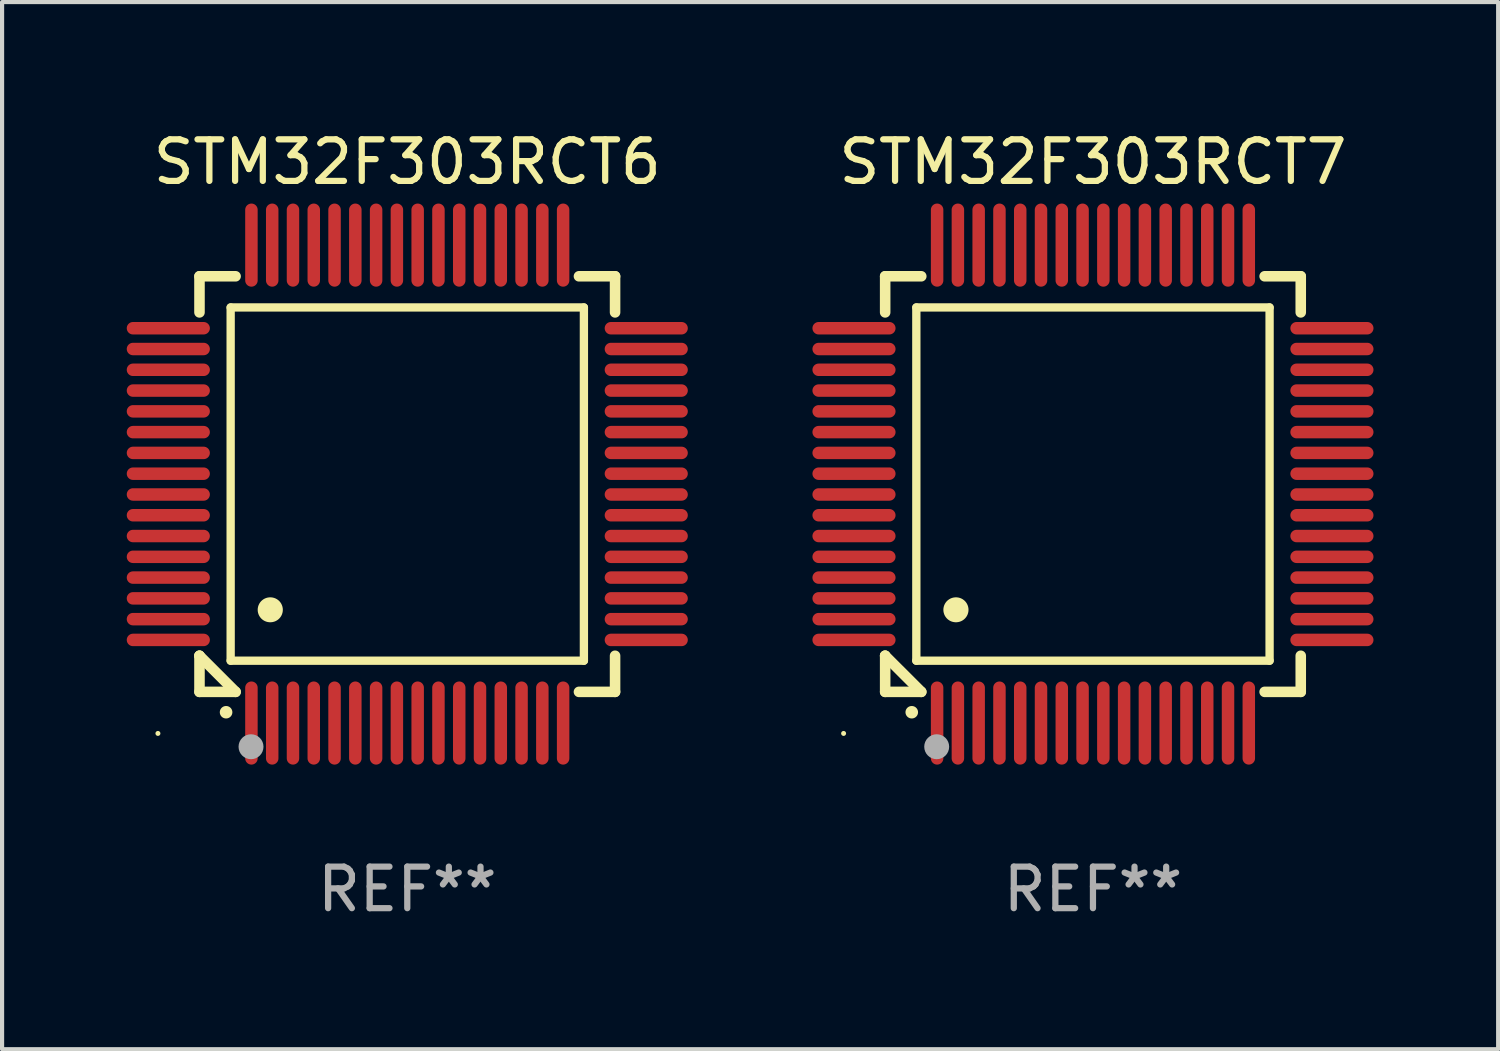
<source format=kicad_pcb>
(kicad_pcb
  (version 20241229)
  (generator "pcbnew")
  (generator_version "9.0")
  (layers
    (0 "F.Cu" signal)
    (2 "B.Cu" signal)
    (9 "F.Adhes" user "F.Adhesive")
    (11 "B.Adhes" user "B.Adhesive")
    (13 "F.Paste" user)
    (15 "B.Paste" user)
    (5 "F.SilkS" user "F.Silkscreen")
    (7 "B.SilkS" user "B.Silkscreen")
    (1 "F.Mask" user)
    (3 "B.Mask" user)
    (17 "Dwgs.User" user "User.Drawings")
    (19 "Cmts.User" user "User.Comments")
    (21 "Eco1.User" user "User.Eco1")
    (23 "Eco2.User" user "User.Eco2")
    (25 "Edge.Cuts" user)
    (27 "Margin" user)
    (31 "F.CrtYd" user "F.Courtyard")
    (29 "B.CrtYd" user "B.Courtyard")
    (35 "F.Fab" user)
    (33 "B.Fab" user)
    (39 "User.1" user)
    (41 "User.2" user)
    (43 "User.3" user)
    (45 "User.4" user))
  (footprint "STM32F303RCT6"
    (layer "F.Cu")
    (at 6.75 8.598)
    (property "Reference" "STM32F303RCT6" (at 0 -7.75 0) (layer "F.SilkS") (effects (font (size 1 1) (thickness 0.15))))
    (attr through_hole)
    (fp_line (start -5 -5) (end -4.131 -5) (stroke (width 0.254) (type solid)) (layer "F.SilkS"))
    (fp_line (start -5 -4.131) (end -5 -5) (stroke (width 0.254) (type solid)) (layer "F.SilkS"))
    (fp_line (start -5 4.131) (end -5 4.131) (stroke (width 0.254) (type solid)) (layer "F.SilkS"))
    (fp_line (start -5 5) (end -5 4.131) (stroke (width 0.254) (type solid)) (layer "F.SilkS"))
    (fp_line (start -5 4.131) (end -4.131 5) (stroke (width 0.254) (type solid)) (layer "F.SilkS"))
    (fp_line (start -4.25 -4.25) (end -4.25 4.25) (stroke (width 0.2) (type solid)) (layer "F.SilkS"))
    (fp_line (start -4.25 4.25) (end 4.25 4.25) (stroke (width 0.2) (type solid)) (layer "F.SilkS"))
    (fp_line (start -4.131 5) (end -5 5) (stroke (width 0.254) (type solid)) (layer "F.SilkS"))
    (fp_line (start 4.25 -4.25) (end -4.25 -4.25) (stroke (width 0.2) (type solid)) (layer "F.SilkS"))
    (fp_line (start 4.25 4.25) (end 4.25 -4.25) (stroke (width 0.2) (type solid)) (layer "F.SilkS"))
    (fp_line (start 5 -5) (end 4.131 -5) (stroke (width 0.254) (type solid)) (layer "F.SilkS"))
    (fp_line (start 5 -5) (end 5 -4.131) (stroke (width 0.254) (type solid)) (layer "F.SilkS"))
    (fp_line (start 5 4.131) (end 5 5) (stroke (width 0.254) (type solid)) (layer "F.SilkS"))
    (fp_line (start 5 5) (end 4.131 5) (stroke (width 0.254) (type solid)) (layer "F.SilkS"))
    (fp_arc (start -4.361265 5.489992) (mid -4.359995 5.489987) (end -4.358725 5.489992) (stroke (width 0.3) (type solid)) (layer "F.SilkS"))
    (fp_arc (start -3.299467 3.025146) (mid -3.296927 3.025135) (end -3.294387 3.025146) (stroke (width 0.6) (type solid)) (layer "F.SilkS"))
    (fp_circle (center -6 6) (end -5.97 6) (stroke (width 0.06) (type solid)) (fill no) (layer "F.SilkS"))
    (fp_circle (center -3.76 6.32) (end -3.61 6.32) (stroke (width 0.3) (type solid)) (fill no) (layer "F.Fab"))
    (fp_text user "REF**" (at 0 9.75 0) (layer "F.Fab") (effects (font (size 1 1) (thickness 0.15))))
    (pad "1" smd oval (at -3.75 5.75) (size 0.3 2) (layers "F.Cu" "F.Mask" "F.Paste"))
    (pad "2" smd oval (at -3.25 5.75) (size 0.3 2) (layers "F.Cu" "F.Mask" "F.Paste"))
    (pad "3" smd oval (at -2.75 5.75) (size 0.3 2) (layers "F.Cu" "F.Mask" "F.Paste"))
    (pad "4" smd oval (at -2.25 5.75) (size 0.3 2) (layers "F.Cu" "F.Mask" "F.Paste"))
    (pad "5" smd oval (at -1.75 5.75) (size 0.3 2) (layers "F.Cu" "F.Mask" "F.Paste"))
    (pad "6" smd oval (at -1.25 5.75) (size 0.3 2) (layers "F.Cu" "F.Mask" "F.Paste"))
    (pad "7" smd oval (at -0.75 5.75) (size 0.3 2) (layers "F.Cu" "F.Mask" "F.Paste"))
    (pad "8" smd oval (at -0.25 5.75) (size 0.3 2) (layers "F.Cu" "F.Mask" "F.Paste"))
    (pad "9" smd oval (at 0.25 5.75) (size 0.3 2) (layers "F.Cu" "F.Mask" "F.Paste"))
    (pad "10" smd oval (at 0.75 5.75) (size 0.3 2) (layers "F.Cu" "F.Mask" "F.Paste"))
    (pad "11" smd oval (at 1.25 5.75) (size 0.3 2) (layers "F.Cu" "F.Mask" "F.Paste"))
    (pad "12" smd oval (at 1.75 5.75) (size 0.3 2) (layers "F.Cu" "F.Mask" "F.Paste"))
    (pad "13" smd oval (at 2.25 5.75) (size 0.3 2) (layers "F.Cu" "F.Mask" "F.Paste"))
    (pad "14" smd oval (at 2.75 5.75) (size 0.3 2) (layers "F.Cu" "F.Mask" "F.Paste"))
    (pad "15" smd oval (at 3.25 5.75) (size 0.3 2) (layers "F.Cu" "F.Mask" "F.Paste"))
    (pad "16" smd oval (at 3.75 5.75) (size 0.3 2) (layers "F.Cu" "F.Mask" "F.Paste"))
    (pad "17" smd oval (at 5.75 3.75) (size 2 0.3) (layers "F.Cu" "F.Mask" "F.Paste"))
    (pad "18" smd oval (at 5.75 3.25) (size 2 0.3) (layers "F.Cu" "F.Mask" "F.Paste"))
    (pad "19" smd oval (at 5.75 2.75) (size 2 0.3) (layers "F.Cu" "F.Mask" "F.Paste"))
    (pad "20" smd oval (at 5.75 2.25) (size 2 0.3) (layers "F.Cu" "F.Mask" "F.Paste"))
    (pad "21" smd oval (at 5.75 1.75) (size 2 0.3) (layers "F.Cu" "F.Mask" "F.Paste"))
    (pad "22" smd oval (at 5.75 1.25) (size 2 0.3) (layers "F.Cu" "F.Mask" "F.Paste"))
    (pad "23" smd oval (at 5.75 0.75) (size 2 0.3) (layers "F.Cu" "F.Mask" "F.Paste"))
    (pad "24" smd oval (at 5.75 0.25) (size 2 0.3) (layers "F.Cu" "F.Mask" "F.Paste"))
    (pad "25" smd oval (at 5.75 -0.25) (size 2 0.3) (layers "F.Cu" "F.Mask" "F.Paste"))
    (pad "26" smd oval (at 5.75 -0.75) (size 2 0.3) (layers "F.Cu" "F.Mask" "F.Paste"))
    (pad "27" smd oval (at 5.75 -1.25) (size 2 0.3) (layers "F.Cu" "F.Mask" "F.Paste"))
    (pad "28" smd oval (at 5.75 -1.75) (size 2 0.3) (layers "F.Cu" "F.Mask" "F.Paste"))
    (pad "29" smd oval (at 5.75 -2.25) (size 2 0.3) (layers "F.Cu" "F.Mask" "F.Paste"))
    (pad "30" smd oval (at 5.75 -2.75) (size 2 0.3) (layers "F.Cu" "F.Mask" "F.Paste"))
    (pad "31" smd oval (at 5.75 -3.25) (size 2 0.3) (layers "F.Cu" "F.Mask" "F.Paste"))
    (pad "32" smd oval (at 5.75 -3.75) (size 2 0.3) (layers "F.Cu" "F.Mask" "F.Paste"))
    (pad "33" smd oval (at 3.75 -5.75) (size 0.3 2) (layers "F.Cu" "F.Mask" "F.Paste"))
    (pad "34" smd oval (at 3.25 -5.75) (size 0.3 2) (layers "F.Cu" "F.Mask" "F.Paste"))
    (pad "35" smd oval (at 2.75 -5.75) (size 0.3 2) (layers "F.Cu" "F.Mask" "F.Paste"))
    (pad "36" smd oval (at 2.25 -5.75) (size 0.3 2) (layers "F.Cu" "F.Mask" "F.Paste"))
    (pad "37" smd oval (at 1.75 -5.75) (size 0.3 2) (layers "F.Cu" "F.Mask" "F.Paste"))
    (pad "38" smd oval (at 1.25 -5.75) (size 0.3 2) (layers "F.Cu" "F.Mask" "F.Paste"))
    (pad "39" smd oval (at 0.75 -5.75) (size 0.3 2) (layers "F.Cu" "F.Mask" "F.Paste"))
    (pad "40" smd oval (at 0.25 -5.75) (size 0.3 2) (layers "F.Cu" "F.Mask" "F.Paste"))
    (pad "41" smd oval (at -0.25 -5.75) (size 0.3 2) (layers "F.Cu" "F.Mask" "F.Paste"))
    (pad "42" smd oval (at -0.75 -5.75) (size 0.3 2) (layers "F.Cu" "F.Mask" "F.Paste"))
    (pad "43" smd oval (at -1.25 -5.75) (size 0.3 2) (layers "F.Cu" "F.Mask" "F.Paste"))
    (pad "44" smd oval (at -1.75 -5.75) (size 0.3 2) (layers "F.Cu" "F.Mask" "F.Paste"))
    (pad "45" smd oval (at -2.25 -5.75) (size 0.3 2) (layers "F.Cu" "F.Mask" "F.Paste"))
    (pad "46" smd oval (at -2.75 -5.75) (size 0.3 2) (layers "F.Cu" "F.Mask" "F.Paste"))
    (pad "47" smd oval (at -3.25 -5.75) (size 0.3 2) (layers "F.Cu" "F.Mask" "F.Paste"))
    (pad "48" smd oval (at -3.75 -5.75) (size 0.3 2) (layers "F.Cu" "F.Mask" "F.Paste"))
    (pad "49" smd oval (at -5.75 -3.75) (size 2 0.3) (layers "F.Cu" "F.Mask" "F.Paste"))
    (pad "50" smd oval (at -5.75 -3.25) (size 2 0.3) (layers "F.Cu" "F.Mask" "F.Paste"))
    (pad "51" smd oval (at -5.75 -2.75) (size 2 0.3) (layers "F.Cu" "F.Mask" "F.Paste"))
    (pad "52" smd oval (at -5.75 -2.25) (size 2 0.3) (layers "F.Cu" "F.Mask" "F.Paste"))
    (pad "53" smd oval (at -5.75 -1.75) (size 2 0.3) (layers "F.Cu" "F.Mask" "F.Paste"))
    (pad "54" smd oval (at -5.75 -1.25) (size 2 0.3) (layers "F.Cu" "F.Mask" "F.Paste"))
    (pad "55" smd oval (at -5.75 -0.75) (size 2 0.3) (layers "F.Cu" "F.Mask" "F.Paste"))
    (pad "56" smd oval (at -5.75 -0.25) (size 2 0.3) (layers "F.Cu" "F.Mask" "F.Paste"))
    (pad "57" smd oval (at -5.75 0.25) (size 2 0.3) (layers "F.Cu" "F.Mask" "F.Paste"))
    (pad "58" smd oval (at -5.75 0.75) (size 2 0.3) (layers "F.Cu" "F.Mask" "F.Paste"))
    (pad "59" smd oval (at -5.75 1.25) (size 2 0.3) (layers "F.Cu" "F.Mask" "F.Paste"))
    (pad "60" smd oval (at -5.75 1.75) (size 2 0.3) (layers "F.Cu" "F.Mask" "F.Paste"))
    (pad "61" smd oval (at -5.75 2.25) (size 2 0.3) (layers "F.Cu" "F.Mask" "F.Paste"))
    (pad "62" smd oval (at -5.75 2.75) (size 2 0.3) (layers "F.Cu" "F.Mask" "F.Paste"))
    (pad "63" smd oval (at -5.75 3.25) (size 2 0.3) (layers "F.Cu" "F.Mask" "F.Paste"))
    (pad "64" smd oval (at -5.75 3.75) (size 2 0.3) (layers "F.Cu" "F.Mask" "F.Paste")))
  (footprint "STM32F303RCT7"
    (layer "F.Cu")
    (at 23.249 8.598)
    (property "Reference" "STM32F303RCT7" (at 0 -7.75 0) (layer "F.SilkS") (effects (font (size 1 1) (thickness 0.15))))
    (attr through_hole)
    (fp_line (start -5 -5) (end -4.131 -5) (stroke (width 0.254) (type solid)) (layer "F.SilkS"))
    (fp_line (start -5 -4.131) (end -5 -5) (stroke (width 0.254) (type solid)) (layer "F.SilkS"))
    (fp_line (start -5 4.131) (end -5 4.131) (stroke (width 0.254) (type solid)) (layer "F.SilkS"))
    (fp_line (start -5 5) (end -5 4.131) (stroke (width 0.254) (type solid)) (layer "F.SilkS"))
    (fp_line (start -5 4.131) (end -4.131 5) (stroke (width 0.254) (type solid)) (layer "F.SilkS"))
    (fp_line (start -4.25 -4.25) (end -4.25 4.25) (stroke (width 0.2) (type solid)) (layer "F.SilkS"))
    (fp_line (start -4.25 4.25) (end 4.25 4.25) (stroke (width 0.2) (type solid)) (layer "F.SilkS"))
    (fp_line (start -4.131 5) (end -5 5) (stroke (width 0.254) (type solid)) (layer "F.SilkS"))
    (fp_line (start 4.25 -4.25) (end -4.25 -4.25) (stroke (width 0.2) (type solid)) (layer "F.SilkS"))
    (fp_line (start 4.25 4.25) (end 4.25 -4.25) (stroke (width 0.2) (type solid)) (layer "F.SilkS"))
    (fp_line (start 5 -5) (end 4.131 -5) (stroke (width 0.254) (type solid)) (layer "F.SilkS"))
    (fp_line (start 5 -5) (end 5 -4.131) (stroke (width 0.254) (type solid)) (layer "F.SilkS"))
    (fp_line (start 5 4.131) (end 5 5) (stroke (width 0.254) (type solid)) (layer "F.SilkS"))
    (fp_line (start 5 5) (end 4.131 5) (stroke (width 0.254) (type solid)) (layer "F.SilkS"))
    (fp_arc (start -4.361265 5.489992) (mid -4.359995 5.489987) (end -4.358725 5.489992) (stroke (width 0.3) (type solid)) (layer "F.SilkS"))
    (fp_arc (start -3.299467 3.025146) (mid -3.296927 3.025135) (end -3.294387 3.025146) (stroke (width 0.6) (type solid)) (layer "F.SilkS"))
    (fp_circle (center -6 6) (end -5.97 6) (stroke (width 0.06) (type solid)) (fill no) (layer "F.SilkS"))
    (fp_circle (center -3.76 6.32) (end -3.61 6.32) (stroke (width 0.3) (type solid)) (fill no) (layer "F.Fab"))
    (fp_text user "REF**" (at 0 9.75 0) (layer "F.Fab") (effects (font (size 1 1) (thickness 0.15))))
    (pad "1" smd oval (at -3.75 5.75) (size 0.3 2) (layers "F.Cu" "F.Mask" "F.Paste"))
    (pad "2" smd oval (at -3.25 5.75) (size 0.3 2) (layers "F.Cu" "F.Mask" "F.Paste"))
    (pad "3" smd oval (at -2.75 5.75) (size 0.3 2) (layers "F.Cu" "F.Mask" "F.Paste"))
    (pad "4" smd oval (at -2.25 5.75) (size 0.3 2) (layers "F.Cu" "F.Mask" "F.Paste"))
    (pad "5" smd oval (at -1.75 5.75) (size 0.3 2) (layers "F.Cu" "F.Mask" "F.Paste"))
    (pad "6" smd oval (at -1.25 5.75) (size 0.3 2) (layers "F.Cu" "F.Mask" "F.Paste"))
    (pad "7" smd oval (at -0.75 5.75) (size 0.3 2) (layers "F.Cu" "F.Mask" "F.Paste"))
    (pad "8" smd oval (at -0.25 5.75) (size 0.3 2) (layers "F.Cu" "F.Mask" "F.Paste"))
    (pad "9" smd oval (at 0.25 5.75) (size 0.3 2) (layers "F.Cu" "F.Mask" "F.Paste"))
    (pad "10" smd oval (at 0.75 5.75) (size 0.3 2) (layers "F.Cu" "F.Mask" "F.Paste"))
    (pad "11" smd oval (at 1.25 5.75) (size 0.3 2) (layers "F.Cu" "F.Mask" "F.Paste"))
    (pad "12" smd oval (at 1.75 5.75) (size 0.3 2) (layers "F.Cu" "F.Mask" "F.Paste"))
    (pad "13" smd oval (at 2.25 5.75) (size 0.3 2) (layers "F.Cu" "F.Mask" "F.Paste"))
    (pad "14" smd oval (at 2.75 5.75) (size 0.3 2) (layers "F.Cu" "F.Mask" "F.Paste"))
    (pad "15" smd oval (at 3.25 5.75) (size 0.3 2) (layers "F.Cu" "F.Mask" "F.Paste"))
    (pad "16" smd oval (at 3.75 5.75) (size 0.3 2) (layers "F.Cu" "F.Mask" "F.Paste"))
    (pad "17" smd oval (at 5.75 3.75) (size 2 0.3) (layers "F.Cu" "F.Mask" "F.Paste"))
    (pad "18" smd oval (at 5.75 3.25) (size 2 0.3) (layers "F.Cu" "F.Mask" "F.Paste"))
    (pad "19" smd oval (at 5.75 2.75) (size 2 0.3) (layers "F.Cu" "F.Mask" "F.Paste"))
    (pad "20" smd oval (at 5.75 2.25) (size 2 0.3) (layers "F.Cu" "F.Mask" "F.Paste"))
    (pad "21" smd oval (at 5.75 1.75) (size 2 0.3) (layers "F.Cu" "F.Mask" "F.Paste"))
    (pad "22" smd oval (at 5.75 1.25) (size 2 0.3) (layers "F.Cu" "F.Mask" "F.Paste"))
    (pad "23" smd oval (at 5.75 0.75) (size 2 0.3) (layers "F.Cu" "F.Mask" "F.Paste"))
    (pad "24" smd oval (at 5.75 0.25) (size 2 0.3) (layers "F.Cu" "F.Mask" "F.Paste"))
    (pad "25" smd oval (at 5.75 -0.25) (size 2 0.3) (layers "F.Cu" "F.Mask" "F.Paste"))
    (pad "26" smd oval (at 5.75 -0.75) (size 2 0.3) (layers "F.Cu" "F.Mask" "F.Paste"))
    (pad "27" smd oval (at 5.75 -1.25) (size 2 0.3) (layers "F.Cu" "F.Mask" "F.Paste"))
    (pad "28" smd oval (at 5.75 -1.75) (size 2 0.3) (layers "F.Cu" "F.Mask" "F.Paste"))
    (pad "29" smd oval (at 5.75 -2.25) (size 2 0.3) (layers "F.Cu" "F.Mask" "F.Paste"))
    (pad "30" smd oval (at 5.75 -2.75) (size 2 0.3) (layers "F.Cu" "F.Mask" "F.Paste"))
    (pad "31" smd oval (at 5.75 -3.25) (size 2 0.3) (layers "F.Cu" "F.Mask" "F.Paste"))
    (pad "32" smd oval (at 5.75 -3.75) (size 2 0.3) (layers "F.Cu" "F.Mask" "F.Paste"))
    (pad "33" smd oval (at 3.75 -5.75) (size 0.3 2) (layers "F.Cu" "F.Mask" "F.Paste"))
    (pad "34" smd oval (at 3.25 -5.75) (size 0.3 2) (layers "F.Cu" "F.Mask" "F.Paste"))
    (pad "35" smd oval (at 2.75 -5.75) (size 0.3 2) (layers "F.Cu" "F.Mask" "F.Paste"))
    (pad "36" smd oval (at 2.25 -5.75) (size 0.3 2) (layers "F.Cu" "F.Mask" "F.Paste"))
    (pad "37" smd oval (at 1.75 -5.75) (size 0.3 2) (layers "F.Cu" "F.Mask" "F.Paste"))
    (pad "38" smd oval (at 1.25 -5.75) (size 0.3 2) (layers "F.Cu" "F.Mask" "F.Paste"))
    (pad "39" smd oval (at 0.75 -5.75) (size 0.3 2) (layers "F.Cu" "F.Mask" "F.Paste"))
    (pad "40" smd oval (at 0.25 -5.75) (size 0.3 2) (layers "F.Cu" "F.Mask" "F.Paste"))
    (pad "41" smd oval (at -0.25 -5.75) (size 0.3 2) (layers "F.Cu" "F.Mask" "F.Paste"))
    (pad "42" smd oval (at -0.75 -5.75) (size 0.3 2) (layers "F.Cu" "F.Mask" "F.Paste"))
    (pad "43" smd oval (at -1.25 -5.75) (size 0.3 2) (layers "F.Cu" "F.Mask" "F.Paste"))
    (pad "44" smd oval (at -1.75 -5.75) (size 0.3 2) (layers "F.Cu" "F.Mask" "F.Paste"))
    (pad "45" smd oval (at -2.25 -5.75) (size 0.3 2) (layers "F.Cu" "F.Mask" "F.Paste"))
    (pad "46" smd oval (at -2.75 -5.75) (size 0.3 2) (layers "F.Cu" "F.Mask" "F.Paste"))
    (pad "47" smd oval (at -3.25 -5.75) (size 0.3 2) (layers "F.Cu" "F.Mask" "F.Paste"))
    (pad "48" smd oval (at -3.75 -5.75) (size 0.3 2) (layers "F.Cu" "F.Mask" "F.Paste"))
    (pad "49" smd oval (at -5.75 -3.75) (size 2 0.3) (layers "F.Cu" "F.Mask" "F.Paste"))
    (pad "50" smd oval (at -5.75 -3.25) (size 2 0.3) (layers "F.Cu" "F.Mask" "F.Paste"))
    (pad "51" smd oval (at -5.75 -2.75) (size 2 0.3) (layers "F.Cu" "F.Mask" "F.Paste"))
    (pad "52" smd oval (at -5.75 -2.25) (size 2 0.3) (layers "F.Cu" "F.Mask" "F.Paste"))
    (pad "53" smd oval (at -5.75 -1.75) (size 2 0.3) (layers "F.Cu" "F.Mask" "F.Paste"))
    (pad "54" smd oval (at -5.75 -1.25) (size 2 0.3) (layers "F.Cu" "F.Mask" "F.Paste"))
    (pad "55" smd oval (at -5.75 -0.75) (size 2 0.3) (layers "F.Cu" "F.Mask" "F.Paste"))
    (pad "56" smd oval (at -5.75 -0.25) (size 2 0.3) (layers "F.Cu" "F.Mask" "F.Paste"))
    (pad "57" smd oval (at -5.75 0.25) (size 2 0.3) (layers "F.Cu" "F.Mask" "F.Paste"))
    (pad "58" smd oval (at -5.75 0.75) (size 2 0.3) (layers "F.Cu" "F.Mask" "F.Paste"))
    (pad "59" smd oval (at -5.75 1.25) (size 2 0.3) (layers "F.Cu" "F.Mask" "F.Paste"))
    (pad "60" smd oval (at -5.75 1.75) (size 2 0.3) (layers "F.Cu" "F.Mask" "F.Paste"))
    (pad "61" smd oval (at -5.75 2.25) (size 2 0.3) (layers "F.Cu" "F.Mask" "F.Paste"))
    (pad "62" smd oval (at -5.75 2.75) (size 2 0.3) (layers "F.Cu" "F.Mask" "F.Paste"))
    (pad "63" smd oval (at -5.75 3.25) (size 2 0.3) (layers "F.Cu" "F.Mask" "F.Paste"))
    (pad "64" smd oval (at -5.75 3.75) (size 2 0.3) (layers "F.Cu" "F.Mask" "F.Paste")))
  (gr_rect
    (start -3 -3)
    (end 32.999 22.196)
    (stroke (width 0.1) (type default))
    (fill no)
    (layer "Edge.Cuts")))
</source>
